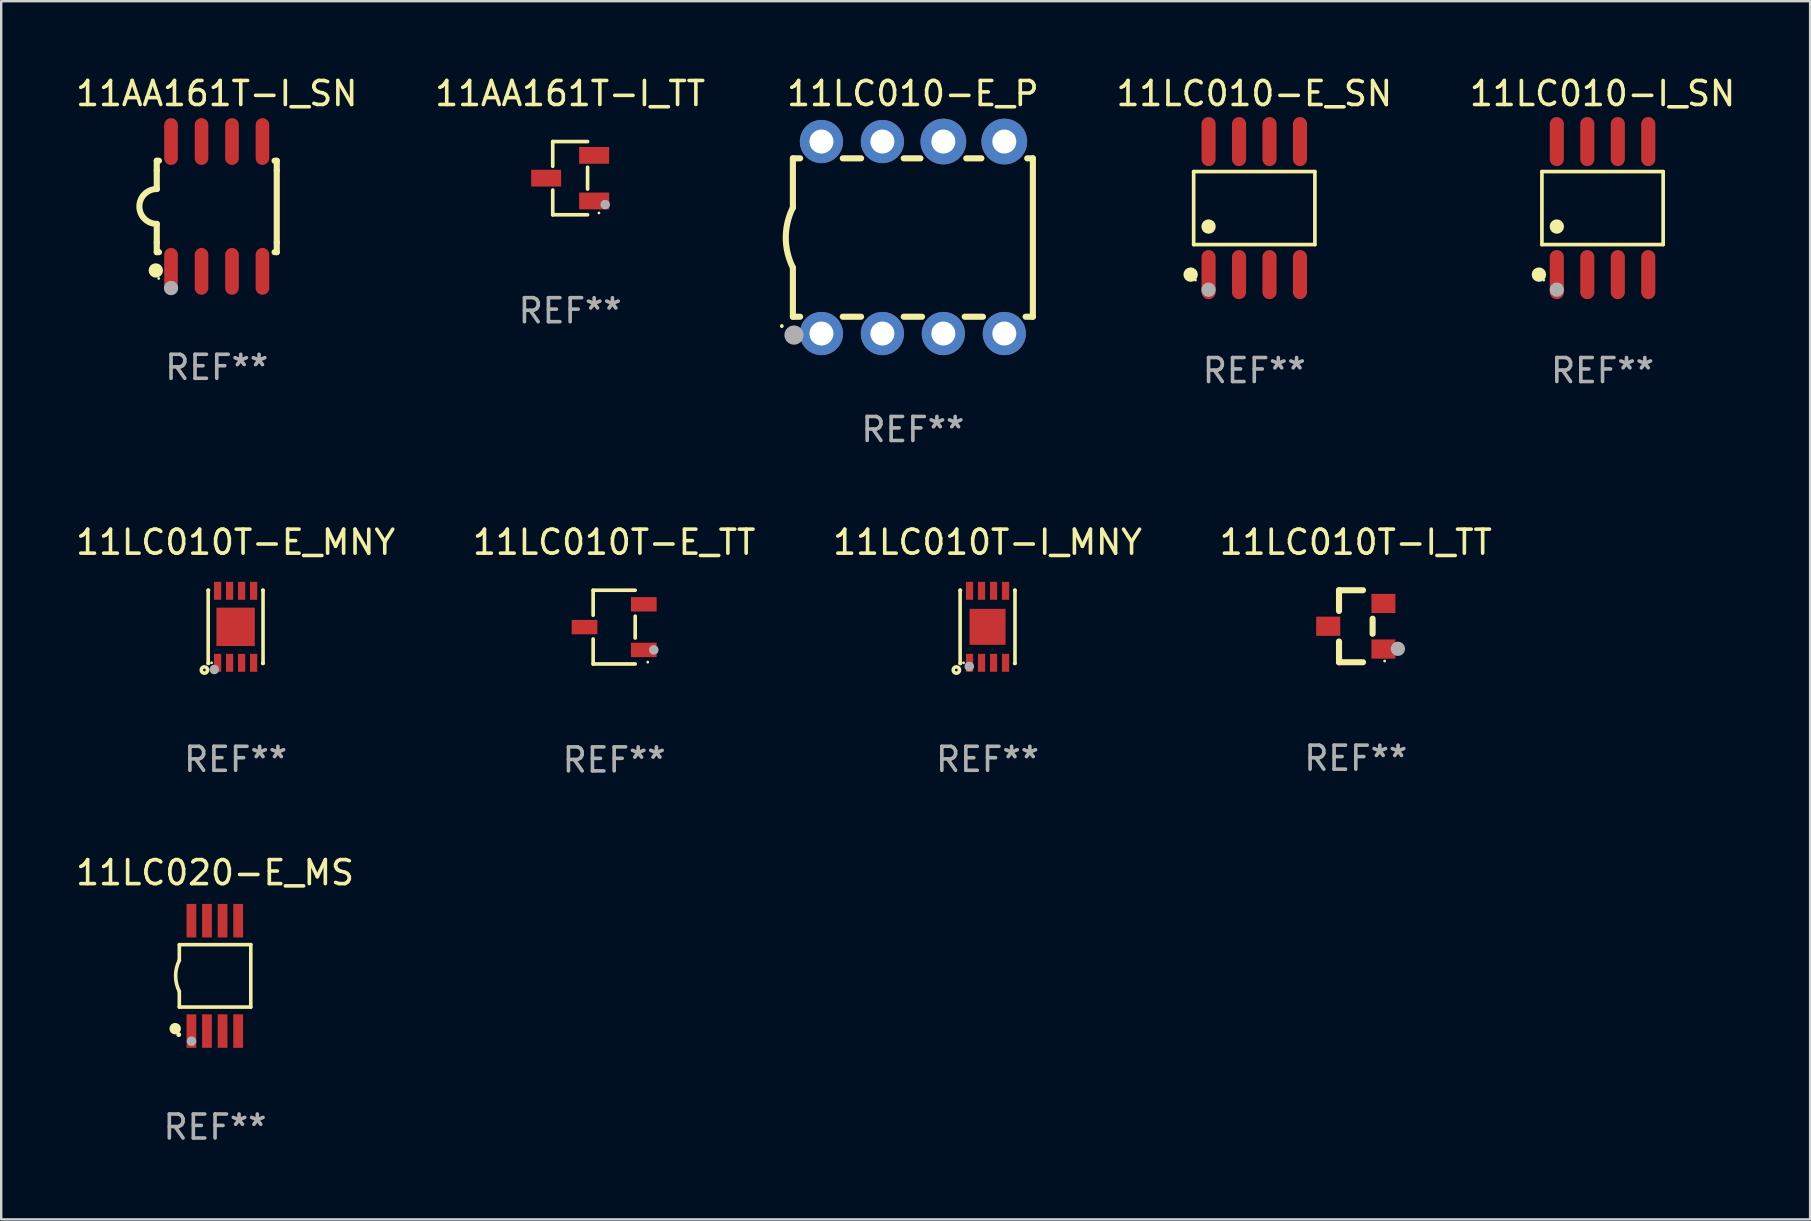
<source format=kicad_pcb>
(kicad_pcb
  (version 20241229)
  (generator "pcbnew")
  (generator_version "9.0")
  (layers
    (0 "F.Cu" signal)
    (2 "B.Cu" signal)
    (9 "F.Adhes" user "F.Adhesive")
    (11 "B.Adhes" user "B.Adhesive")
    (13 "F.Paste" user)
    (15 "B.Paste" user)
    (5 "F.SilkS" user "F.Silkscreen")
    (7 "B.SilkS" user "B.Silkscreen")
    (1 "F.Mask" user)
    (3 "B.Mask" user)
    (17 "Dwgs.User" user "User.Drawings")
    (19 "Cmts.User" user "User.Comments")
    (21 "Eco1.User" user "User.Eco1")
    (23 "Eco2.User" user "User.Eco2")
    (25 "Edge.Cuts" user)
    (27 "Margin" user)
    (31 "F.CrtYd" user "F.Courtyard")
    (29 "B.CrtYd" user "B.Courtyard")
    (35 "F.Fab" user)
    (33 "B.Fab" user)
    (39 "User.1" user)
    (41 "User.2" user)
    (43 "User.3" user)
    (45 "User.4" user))
  (footprint "11LC010T-I_MNY"
    (layer "F.Cu")
    (at 38.101 23.069)
    (property "Reference" "11LC010T-I_MNY" (at 0 -3.524 0) (layer "F.SilkS") (effects (font (size 1 1) (thickness 0.15))))
    (attr through_hole)
    (fp_line (start -1.143 -1.524) (end -1.143 1.524) (stroke (width 0.15) (type solid)) (layer "F.SilkS"))
    (fp_line (start -1.143 1.524) (end -1.129 1.524) (stroke (width 0.15) (type solid)) (layer "F.SilkS"))
    (fp_line (start -1.129 -1.524) (end -1.143 -1.524) (stroke (width 0.15) (type solid)) (layer "F.SilkS"))
    (fp_line (start 1.129 1.524) (end 1.143 1.524) (stroke (width 0.15) (type solid)) (layer "F.SilkS"))
    (fp_line (start 1.143 -1.524) (end 1.129 -1.524) (stroke (width 0.15) (type solid)) (layer "F.SilkS"))
    (fp_line (start 1.143 1.524) (end 1.143 -1.524) (stroke (width 0.15) (type solid)) (layer "F.SilkS"))
    (fp_circle (center -1.3 1.8) (end -1.243 1.8) (stroke (width 0.15) (type solid)) (fill no) (layer "F.SilkS"))
    (fp_circle (center -1 1.5) (end -0.97 1.5) (stroke (width 0.06) (type solid)) (fill no) (layer "F.SilkS"))
    (fp_circle (center -0.762 1.651) (end -0.662 1.651) (stroke (width 0.2) (type solid)) (fill no) (layer "F.Fab"))
    (fp_text user "REF**" (at 0 5.524 0) (layer "F.Fab") (effects (font (size 1 1) (thickness 0.15))))
    (pad "1" smd rect (at -0.75 1.5 90) (size 0.75 0.3) (layers "F.Cu" "F.Mask" "F.Paste"))
    (pad "2" smd rect (at -0.25 1.5 90) (size 0.75 0.3) (layers "F.Cu" "F.Mask" "F.Paste"))
    (pad "3" smd rect (at 0.25 1.5 90) (size 0.75 0.3) (layers "F.Cu" "F.Mask" "F.Paste"))
    (pad "4" smd rect (at 0.75 1.5 90) (size 0.75 0.3) (layers "F.Cu" "F.Mask" "F.Paste"))
    (pad "5" smd rect (at 0.75 -1.5 90) (size 0.75 0.3) (layers "F.Cu" "F.Mask" "F.Paste"))
    (pad "6" smd rect (at 0.25 -1.5 90) (size 0.75 0.3) (layers "F.Cu" "F.Mask" "F.Paste"))
    (pad "7" smd rect (at -0.25 -1.5 90) (size 0.75 0.3) (layers "F.Cu" "F.Mask" "F.Paste"))
    (pad "8" smd rect (at -0.75 -1.5 90) (size 0.75 0.3) (layers "F.Cu" "F.Mask" "F.Paste"))
    (pad "9" smd rect (at -0.000203 0.000457 90) (size 1.5 1.5) (layers "F.Cu" "F.Mask" "F.Paste")))
  (footprint "11LC010-E_SN"
    (layer "F.Cu")
    (at 49.215 5.621)
    (property "Reference" "11LC010-E_SN" (at 0 -4.772 0) (layer "F.SilkS") (effects (font (size 1 1) (thickness 0.15))))
    (attr through_hole)
    (fp_line (start -2.526 -1.521) (end 2.526 -1.521) (stroke (width 0.152) (type solid)) (layer "F.SilkS"))
    (fp_line (start -2.526 1.521) (end -2.526 -1.521) (stroke (width 0.152) (type solid)) (layer "F.SilkS"))
    (fp_line (start 2.526 -1.521) (end 2.526 1.521) (stroke (width 0.152) (type solid)) (layer "F.SilkS"))
    (fp_line (start 2.526 1.521) (end -2.526 1.521) (stroke (width 0.152) (type solid)) (layer "F.SilkS"))
    (fp_circle (center -2.652 2.772) (end -2.501 2.772) (stroke (width 0.3) (type solid)) (fill no) (layer "F.SilkS"))
    (fp_circle (center -2.45 3) (end -2.42 3) (stroke (width 0.06) (type solid)) (fill no) (layer "F.SilkS"))
    (fp_circle (center -1.905 0.769) (end -1.755 0.769) (stroke (width 0.3) (type solid)) (fill no) (layer "F.SilkS"))
    (fp_circle (center -1.905 3.4) (end -1.755 3.4) (stroke (width 0.3) (type solid)) (fill no) (layer "F.Fab"))
    (fp_text user "REF**" (at 0 6.772 0) (layer "F.Fab") (effects (font (size 1 1) (thickness 0.15))))
    (pad "1" smd oval (at -1.905 2.772) (size 0.588 2.045) (layers "F.Cu" "F.Mask" "F.Paste"))
    (pad "2" smd oval (at -0.635 2.772) (size 0.588 2.045) (layers "F.Cu" "F.Mask" "F.Paste"))
    (pad "3" smd oval (at 0.635 2.772) (size 0.588 2.045) (layers "F.Cu" "F.Mask" "F.Paste"))
    (pad "4" smd oval (at 1.905 2.772) (size 0.588 2.045) (layers "F.Cu" "F.Mask" "F.Paste"))
    (pad "5" smd oval (at 1.905 -2.772) (size 0.588 2.045) (layers "F.Cu" "F.Mask" "F.Paste"))
    (pad "6" smd oval (at 0.635 -2.772) (size 0.588 2.045) (layers "F.Cu" "F.Mask" "F.Paste"))
    (pad "7" smd oval (at -0.635 -2.772) (size 0.588 2.045) (layers "F.Cu" "F.Mask" "F.Paste"))
    (pad "8" smd oval (at -1.905 -2.772) (size 0.588 2.045) (layers "F.Cu" "F.Mask" "F.Paste")))
  (footprint "11LC020-E_MS"
    (layer "F.Cu")
    (at 5.911 37.614)
    (property "Reference" "11LC020-E_MS" (at 0 -4.3 0) (layer "F.SilkS") (effects (font (size 1 1) (thickness 0.15))))
    (attr through_hole)
    (fp_line (start -1.489 -1.3) (end -1.489 -0.648) (stroke (width 0.15) (type solid)) (layer "F.SilkS"))
    (fp_line (start -1.489 0.648) (end -1.489 1.3) (stroke (width 0.15) (type solid)) (layer "F.SilkS"))
    (fp_line (start -1.489 1.3) (end 1.489 1.3) (stroke (width 0.15) (type solid)) (layer "F.SilkS"))
    (fp_line (start 1.489 -1.3) (end -1.489 -1.3) (stroke (width 0.15) (type solid)) (layer "F.SilkS"))
    (fp_line (start 1.489 1.3) (end 1.489 -1.3) (stroke (width 0.15) (type solid)) (layer "F.SilkS"))
    (fp_arc (start -1.489205 0.647702) (mid -1.642107 0) (end -1.489205 -0.647701) (stroke (width 0.150013) (type solid)) (layer "F.SilkS"))
    (fp_circle (center -1.661 2.2) (end -1.541 2.2) (stroke (width 0.24) (type solid)) (fill no) (layer "F.SilkS"))
    (fp_circle (center -1.511 2.45) (end -1.461 2.45) (stroke (width 0.1) (type solid)) (fill no) (layer "F.SilkS"))
    (fp_circle (center -0.981 2.72) (end -0.881 2.72) (stroke (width 0.2) (type solid)) (fill no) (layer "F.Fab"))
    (fp_text user "REF**" (at 0 6.3 0) (layer "F.Fab") (effects (font (size 1 1) (thickness 0.15))))
    (pad "1" smd rect (at -0.986 2.3) (size 0.406 1.397) (layers "F.Cu" "F.Mask" "F.Paste"))
    (pad "2" smd rect (at -0.336 2.3) (size 0.406 1.397) (layers "F.Cu" "F.Mask" "F.Paste"))
    (pad "3" smd rect (at 0.314 2.3) (size 0.406 1.397) (layers "F.Cu" "F.Mask" "F.Paste"))
    (pad "4" smd rect (at 0.964 2.3) (size 0.406 1.397) (layers "F.Cu" "F.Mask" "F.Paste"))
    (pad "5" smd rect (at 0.964 -2.3) (size 0.406 1.397) (layers "F.Cu" "F.Mask" "F.Paste"))
    (pad "6" smd rect (at 0.314 -2.3) (size 0.406 1.397) (layers "F.Cu" "F.Mask" "F.Paste"))
    (pad "7" smd rect (at -0.336 -2.3) (size 0.406 1.397) (layers "F.Cu" "F.Mask" "F.Paste"))
    (pad "8" smd rect (at -0.986 -2.3) (size 0.406 1.397) (layers "F.Cu" "F.Mask" "F.Paste")))
  (footprint "11LC010-E_P"
    (layer "F.Cu")
    (at 34.989 6.848)
    (property "Reference" "11LC010-E_P" (at 0 -6 0) (layer "F.SilkS") (effects (font (size 1 1) (thickness 0.15))))
    (attr through_hole)
    (fp_line (start -5 -3.3) (end -5 -1.25) (stroke (width 0.254) (type solid)) (layer "F.SilkS"))
    (fp_line (start -5 -3.3) (end -4.698 -3.3) (stroke (width 0.254) (type solid)) (layer "F.SilkS"))
    (fp_line (start -5 3.3) (end -5 1.25) (stroke (width 0.254) (type solid)) (layer "F.SilkS"))
    (fp_line (start -5 3.3) (end -4.698 3.3) (stroke (width 0.254) (type solid)) (layer "F.SilkS"))
    (fp_line (start -2.922 -3.3) (end -2.158 -3.3) (stroke (width 0.254) (type solid)) (layer "F.SilkS"))
    (fp_line (start -2.922 3.3) (end -2.158 3.3) (stroke (width 0.254) (type solid)) (layer "F.SilkS"))
    (fp_line (start -0.382 -3.3) (end 0.316 -3.3) (stroke (width 0.254) (type solid)) (layer "F.SilkS"))
    (fp_line (start -0.382 3.3) (end 0.382 3.3) (stroke (width 0.254) (type solid)) (layer "F.SilkS"))
    (fp_line (start 2.158 3.3) (end 2.922 3.3) (stroke (width 0.254) (type solid)) (layer "F.SilkS"))
    (fp_line (start 2.224 -3.3) (end 2.856 -3.3) (stroke (width 0.254) (type solid)) (layer "F.SilkS"))
    (fp_line (start 4.698 3.3) (end 5 3.3) (stroke (width 0.254) (type solid)) (layer "F.SilkS"))
    (fp_line (start 4.764 -3.3) (end 5 -3.3) (stroke (width 0.254) (type solid)) (layer "F.SilkS"))
    (fp_line (start 5 -3.3) (end 5 3.3) (stroke (width 0.254) (type solid)) (layer "F.SilkS"))
    (fp_arc (start -5.46124 3.694259) (mid -5.461175 3.688632) (end -5.460986 3.683007) (stroke (width 0.149987) (type solid)) (layer "F.SilkS"))
    (fp_arc (start -5.00127 1.249682) (mid -5.295892 -0.000313) (end -5.000025 -1.250013) (stroke (width 0.254001) (type solid)) (layer "F.SilkS"))
    (fp_circle (center -4.795 4.237) (end -4.765 4.237) (stroke (width 0.06) (type solid)) (fill no) (layer "F.SilkS"))
    (fp_circle (center -4.953 4.064) (end -4.753 4.064) (stroke (width 0.4) (type solid)) (fill no) (layer "F.Fab"))
    (fp_text user "REF**" (at 0 8 0) (layer "F.Fab") (effects (font (size 1 1) (thickness 0.15))))
    (pad "1" thru_hole circle (at -3.81 4) (size 1.8 1.8) (drill 1) (layers "*.Cu" "*.Mask"))
    (pad "2" thru_hole circle (at -1.27 4) (size 1.8 1.8) (drill 1) (layers "*.Cu" "*.Mask"))
    (pad "3" thru_hole circle (at 1.27 4) (size 1.8 1.8) (drill 1) (layers "*.Cu" "*.Mask"))
    (pad "4" thru_hole circle (at 3.81 4) (size 1.8 1.8) (drill 1) (layers "*.Cu" "*.Mask"))
    (pad "5" thru_hole circle (at 3.81 -4) (size 1.905 1.905) (drill 1) (layers "*.Cu" "*.Mask"))
    (pad "6" thru_hole circle (at 1.27 -4) (size 1.905 1.905) (drill 1) (layers "*.Cu" "*.Mask"))
    (pad "7" thru_hole circle (at -1.27 -4) (size 1.8 1.8) (drill 1) (layers "*.Cu" "*.Mask"))
    (pad "8" thru_hole circle (at -3.81 -4) (size 1.8 1.8) (drill 1) (layers "*.Cu" "*.Mask")))
  (footprint "11LC010T-E_MNY"
    (layer "F.Cu")
    (at 6.768 23.069)
    (property "Reference" "11LC010T-E_MNY" (at 0 -3.524 0) (layer "F.SilkS") (effects (font (size 1 1) (thickness 0.15))))
    (attr through_hole)
    (fp_line (start -1.143 -1.524) (end -1.143 1.524) (stroke (width 0.15) (type solid)) (layer "F.SilkS"))
    (fp_line (start -1.143 1.524) (end -1.129 1.524) (stroke (width 0.15) (type solid)) (layer "F.SilkS"))
    (fp_line (start -1.129 -1.524) (end -1.143 -1.524) (stroke (width 0.15) (type solid)) (layer "F.SilkS"))
    (fp_line (start 1.129 1.524) (end 1.143 1.524) (stroke (width 0.15) (type solid)) (layer "F.SilkS"))
    (fp_line (start 1.143 -1.524) (end 1.129 -1.524) (stroke (width 0.15) (type solid)) (layer "F.SilkS"))
    (fp_line (start 1.143 1.524) (end 1.143 -1.524) (stroke (width 0.15) (type solid)) (layer "F.SilkS"))
    (fp_circle (center -1.3 1.8) (end -1.243 1.8) (stroke (width 0.15) (type solid)) (fill no) (layer "F.SilkS"))
    (fp_circle (center -1 1.5) (end -0.97 1.5) (stroke (width 0.06) (type solid)) (fill no) (layer "F.SilkS"))
    (fp_circle (center -0.889 1.778) (end -0.789 1.778) (stroke (width 0.2) (type solid)) (fill no) (layer "F.Fab"))
    (fp_text user "REF**" (at 0 5.524 0) (layer "F.Fab") (effects (font (size 1 1) (thickness 0.15))))
    (pad "1" smd rect (at -0.75 1.5 90) (size 0.75 0.3) (layers "F.Cu" "F.Mask" "F.Paste"))
    (pad "2" smd rect (at -0.25 1.5 90) (size 0.75 0.3) (layers "F.Cu" "F.Mask" "F.Paste"))
    (pad "3" smd rect (at 0.25 1.5 90) (size 0.75 0.3) (layers "F.Cu" "F.Mask" "F.Paste"))
    (pad "4" smd rect (at 0.75 1.5 90) (size 0.75 0.3) (layers "F.Cu" "F.Mask" "F.Paste"))
    (pad "5" smd rect (at 0.75 -1.5 90) (size 0.75 0.3) (layers "F.Cu" "F.Mask" "F.Paste"))
    (pad "6" smd rect (at 0.25 -1.5 90) (size 0.75 0.3) (layers "F.Cu" "F.Mask" "F.Paste"))
    (pad "7" smd rect (at -0.25 -1.5 90) (size 0.75 0.3) (layers "F.Cu" "F.Mask" "F.Paste"))
    (pad "8" smd rect (at -0.75 -1.5 90) (size 0.75 0.3) (layers "F.Cu" "F.Mask" "F.Paste"))
    (pad "9" smd rect (at -0.000203 0.000457 90) (size 1.6 1.6) (layers "F.Cu" "F.Mask" "F.Paste")))
  (footprint "11AA161T-I_TT"
    (layer "F.Cu")
    (at 20.708 4.374)
    (property "Reference" "11AA161T-I_TT" (at 0 -3.526 0) (layer "F.SilkS") (effects (font (size 1 1) (thickness 0.15))))
    (attr through_hole)
    (fp_line (start -0.726 -1.526) (end -0.726 -0.495) (stroke (width 0.152) (type solid)) (layer "F.SilkS"))
    (fp_line (start -0.726 1.526) (end -0.726 0.495) (stroke (width 0.152) (type solid)) (layer "F.SilkS"))
    (fp_line (start 0.726 -1.526) (end -0.726 -1.526) (stroke (width 0.152) (type solid)) (layer "F.SilkS"))
    (fp_line (start 0.726 -0.455) (end 0.726 0.455) (stroke (width 0.152) (type solid)) (layer "F.SilkS"))
    (fp_line (start 0.726 1.526) (end -0.726 1.526) (stroke (width 0.152) (type solid)) (layer "F.SilkS"))
    (fp_circle (center 1.2 1.45) (end 1.23 1.45) (stroke (width 0.06) (type solid)) (fill no) (layer "F.SilkS"))
    (fp_circle (center 1.46 1.1) (end 1.56 1.1) (stroke (width 0.2) (type solid)) (fill no) (layer "F.Fab"))
    (fp_text user "REF**" (at 0 5.526 0) (layer "F.Fab") (effects (font (size 1 1) (thickness 0.15))))
    (pad "1" smd rect (at 1 0.95) (size 1.25 0.7) (layers "F.Cu" "F.Mask" "F.Paste"))
    (pad "2" smd rect (at 1 -0.95) (size 1.25 0.7) (layers "F.Cu" "F.Mask" "F.Paste"))
    (pad "3" smd rect (at -1 0) (size 1.25 0.7) (layers "F.Cu" "F.Mask" "F.Paste")))
  (footprint "11LC010-I_SN"
    (layer "F.Cu")
    (at 63.727 5.621)
    (property "Reference" "11LC010-I_SN" (at 0 -4.772 0) (layer "F.SilkS") (effects (font (size 1 1) (thickness 0.15))))
    (attr through_hole)
    (fp_line (start -2.526 -1.521) (end 2.526 -1.521) (stroke (width 0.152) (type solid)) (layer "F.SilkS"))
    (fp_line (start -2.526 1.521) (end -2.526 -1.521) (stroke (width 0.152) (type solid)) (layer "F.SilkS"))
    (fp_line (start 2.526 -1.521) (end 2.526 1.521) (stroke (width 0.152) (type solid)) (layer "F.SilkS"))
    (fp_line (start 2.526 1.521) (end -2.526 1.521) (stroke (width 0.152) (type solid)) (layer "F.SilkS"))
    (fp_circle (center -2.652 2.772) (end -2.501 2.772) (stroke (width 0.3) (type solid)) (fill no) (layer "F.SilkS"))
    (fp_circle (center -2.45 3) (end -2.42 3) (stroke (width 0.06) (type solid)) (fill no) (layer "F.SilkS"))
    (fp_circle (center -1.905 0.769) (end -1.755 0.769) (stroke (width 0.3) (type solid)) (fill no) (layer "F.SilkS"))
    (fp_circle (center -1.905 3.4) (end -1.755 3.4) (stroke (width 0.3) (type solid)) (fill no) (layer "F.Fab"))
    (fp_text user "REF**" (at 0 6.772 0) (layer "F.Fab") (effects (font (size 1 1) (thickness 0.15))))
    (pad "1" smd oval (at -1.905 2.772) (size 0.588 2.045) (layers "F.Cu" "F.Mask" "F.Paste"))
    (pad "2" smd oval (at -0.635 2.772) (size 0.588 2.045) (layers "F.Cu" "F.Mask" "F.Paste"))
    (pad "3" smd oval (at 0.635 2.772) (size 0.588 2.045) (layers "F.Cu" "F.Mask" "F.Paste"))
    (pad "4" smd oval (at 1.905 2.772) (size 0.588 2.045) (layers "F.Cu" "F.Mask" "F.Paste"))
    (pad "5" smd oval (at 1.905 -2.772) (size 0.588 2.045) (layers "F.Cu" "F.Mask" "F.Paste"))
    (pad "6" smd oval (at 0.635 -2.772) (size 0.588 2.045) (layers "F.Cu" "F.Mask" "F.Paste"))
    (pad "7" smd oval (at -0.635 -2.772) (size 0.588 2.045) (layers "F.Cu" "F.Mask" "F.Paste"))
    (pad "8" smd oval (at -1.905 -2.772) (size 0.588 2.045) (layers "F.Cu" "F.Mask" "F.Paste")))
  (footprint "11LC010T-E_TT"
    (layer "F.Cu")
    (at 22.542 23.081)
    (property "Reference" "11LC010T-E_TT" (at 0 -3.536 0) (layer "F.SilkS") (effects (font (size 1 1) (thickness 0.15))))
    (attr through_hole)
    (fp_line (start -0.876 -1.536) (end -0.876 -0.495) (stroke (width 0.152) (type solid)) (layer "F.SilkS"))
    (fp_line (start -0.876 1.536) (end -0.876 0.495) (stroke (width 0.152) (type solid)) (layer "F.SilkS"))
    (fp_line (start 0.876 -1.536) (end -0.876 -1.536) (stroke (width 0.152) (type solid)) (layer "F.SilkS"))
    (fp_line (start 0.876 -0.455) (end 0.876 0.455) (stroke (width 0.152) (type solid)) (layer "F.SilkS"))
    (fp_line (start 0.876 1.536) (end -0.876 1.536) (stroke (width 0.152) (type solid)) (layer "F.SilkS"))
    (fp_circle (center 1.4 1.46) (end 1.43 1.46) (stroke (width 0.06) (type solid)) (fill no) (layer "F.SilkS"))
    (fp_circle (center 1.651 0.95) (end 1.751 0.95) (stroke (width 0.2) (type solid)) (fill no) (layer "F.Fab"))
    (fp_text user "REF**" (at 0 5.536 0) (layer "F.Fab") (effects (font (size 1 1) (thickness 0.15))))
    (pad "1" smd rect (at 1.235 0.95) (size 1.07 0.6) (layers "F.Cu" "F.Mask" "F.Paste"))
    (pad "2" smd rect (at 1.235 -0.95) (size 1.07 0.6) (layers "F.Cu" "F.Mask" "F.Paste"))
    (pad "3" smd rect (at -1.235 0) (size 1.07 0.6) (layers "F.Cu" "F.Mask" "F.Paste")))
  (footprint "11LC010T-I_TT"
    (layer "F.Cu")
    (at 53.446 23.045)
    (property "Reference" "11LC010T-I_TT" (at 0 -3.5 0) (layer "F.SilkS") (effects (font (size 1 1) (thickness 0.15))))
    (attr through_hole)
    (fp_line (start -0.7 -1.5) (end 0.3 -1.5) (stroke (width 0.254) (type solid)) (layer "F.SilkS"))
    (fp_line (start -0.7 -0.636) (end -0.7 -1.5) (stroke (width 0.254) (type solid)) (layer "F.SilkS"))
    (fp_line (start -0.7 1.5) (end -0.7 0.636) (stroke (width 0.254) (type solid)) (layer "F.SilkS"))
    (fp_line (start -0.7 1.5) (end 0.3 1.5) (stroke (width 0.254) (type solid)) (layer "F.SilkS"))
    (fp_line (start 0.7 0.314) (end 0.7 -0.314) (stroke (width 0.254) (type solid)) (layer "F.SilkS"))
    (fp_circle (center 1.2 1.45) (end 1.23 1.45) (stroke (width 0.06) (type solid)) (fill no) (layer "F.SilkS"))
    (fp_circle (center 1.753 0.94) (end 1.903 0.94) (stroke (width 0.3) (type solid)) (fill no) (layer "F.Fab"))
    (fp_text user "REF**" (at 0 5.5 0) (layer "F.Fab") (effects (font (size 1 1) (thickness 0.15))))
    (pad "1" smd rect (at 1.15 0.95 180) (size 1 0.8) (layers "F.Cu" "F.Mask" "F.Paste"))
    (pad "2" smd rect (at 1.15 -0.95 180) (size 1 0.8) (layers "F.Cu" "F.Mask" "F.Paste"))
    (pad "3" smd rect (at -1.15 -0.000051 180) (size 1 0.8) (layers "F.Cu" "F.Mask" "F.Paste")))
  (footprint "11AA161T-I_SN"
    (layer "F.Cu")
    (at 5.982 5.553)
    (property "Reference" "11AA161T-I_SN" (at 0 -4.705 0) (layer "F.SilkS") (effects (font (size 1 1) (thickness 0.15))))
    (attr through_hole)
    (fp_line (start -2.5 -1.905) (end -2.409 -1.905) (stroke (width 0.254) (type solid)) (layer "F.SilkS"))
    (fp_line (start -2.5 -1.5) (end -2.5 -1.905) (stroke (width 0.254) (type solid)) (layer "F.SilkS"))
    (fp_line (start -2.5 -1.5) (end -2.5 -0.726) (stroke (width 0.254) (type solid)) (layer "F.SilkS"))
    (fp_line (start -2.5 1.5) (end -2.5 0.727) (stroke (width 0.254) (type solid)) (layer "F.SilkS"))
    (fp_line (start -2.5 1.5) (end -2.5 1.905) (stroke (width 0.254) (type solid)) (layer "F.SilkS"))
    (fp_line (start -2.5 1.905) (end -2.409 1.905) (stroke (width 0.254) (type solid)) (layer "F.SilkS"))
    (fp_line (start 2.5 -1.905) (end 2.409 -1.905) (stroke (width 0.254) (type solid)) (layer "F.SilkS"))
    (fp_line (start 2.5 -1.5) (end 2.5 -1.905) (stroke (width 0.254) (type solid)) (layer "F.SilkS"))
    (fp_line (start 2.5 -1.5) (end 2.5 1.5) (stroke (width 0.254) (type solid)) (layer "F.SilkS"))
    (fp_line (start 2.5 1.5) (end 2.5 1.905) (stroke (width 0.254) (type solid)) (layer "F.SilkS"))
    (fp_line (start 2.5 1.905) (end 2.409 1.905) (stroke (width 0.254) (type solid)) (layer "F.SilkS"))
    (fp_arc (start -2.5 0.726568) (mid -3.220316 -0.0023) (end -2.495097 -0.726289) (stroke (width 0.254001) (type solid)) (layer "F.SilkS"))
    (fp_circle (center -2.54 2.667) (end -2.39 2.667) (stroke (width 0.3) (type solid)) (fill no) (layer "F.SilkS"))
    (fp_circle (center -2.42 3) (end -2.39 3) (stroke (width 0.06) (type solid)) (fill no) (layer "F.SilkS"))
    (fp_circle (center -1.905 3.4) (end -1.755 3.4) (stroke (width 0.3) (type solid)) (fill no) (layer "F.Fab"))
    (fp_text user "REF**" (at 0 6.705 0) (layer "F.Fab") (effects (font (size 1 1) (thickness 0.15))))
    (pad "1" smd oval (at -1.905 2.705) (size 0.568 1.95) (layers "F.Cu" "F.Mask" "F.Paste"))
    (pad "2" smd oval (at -0.635 2.705) (size 0.568 1.95) (layers "F.Cu" "F.Mask" "F.Paste"))
    (pad "3" smd oval (at 0.635 2.705) (size 0.568 1.95) (layers "F.Cu" "F.Mask" "F.Paste"))
    (pad "4" smd oval (at 1.905 2.705) (size 0.568 1.95) (layers "F.Cu" "F.Mask" "F.Paste"))
    (pad "5" smd oval (at 1.905 -2.705) (size 0.568 1.95) (layers "F.Cu" "F.Mask" "F.Paste"))
    (pad "6" smd oval (at 0.635 -2.705) (size 0.568 1.95) (layers "F.Cu" "F.Mask" "F.Paste"))
    (pad "7" smd oval (at -0.635 -2.705) (size 0.568 1.95) (layers "F.Cu" "F.Mask" "F.Paste"))
    (pad "8" smd oval (at -1.905 -2.705) (size 0.568 1.95) (layers "F.Cu" "F.Mask" "F.Paste")))
  (gr_rect
    (start -3 -3)
    (end 72.376 47.762)
    (stroke (width 0.1) (type default))
    (fill no)
    (layer "Edge.Cuts")))
</source>
